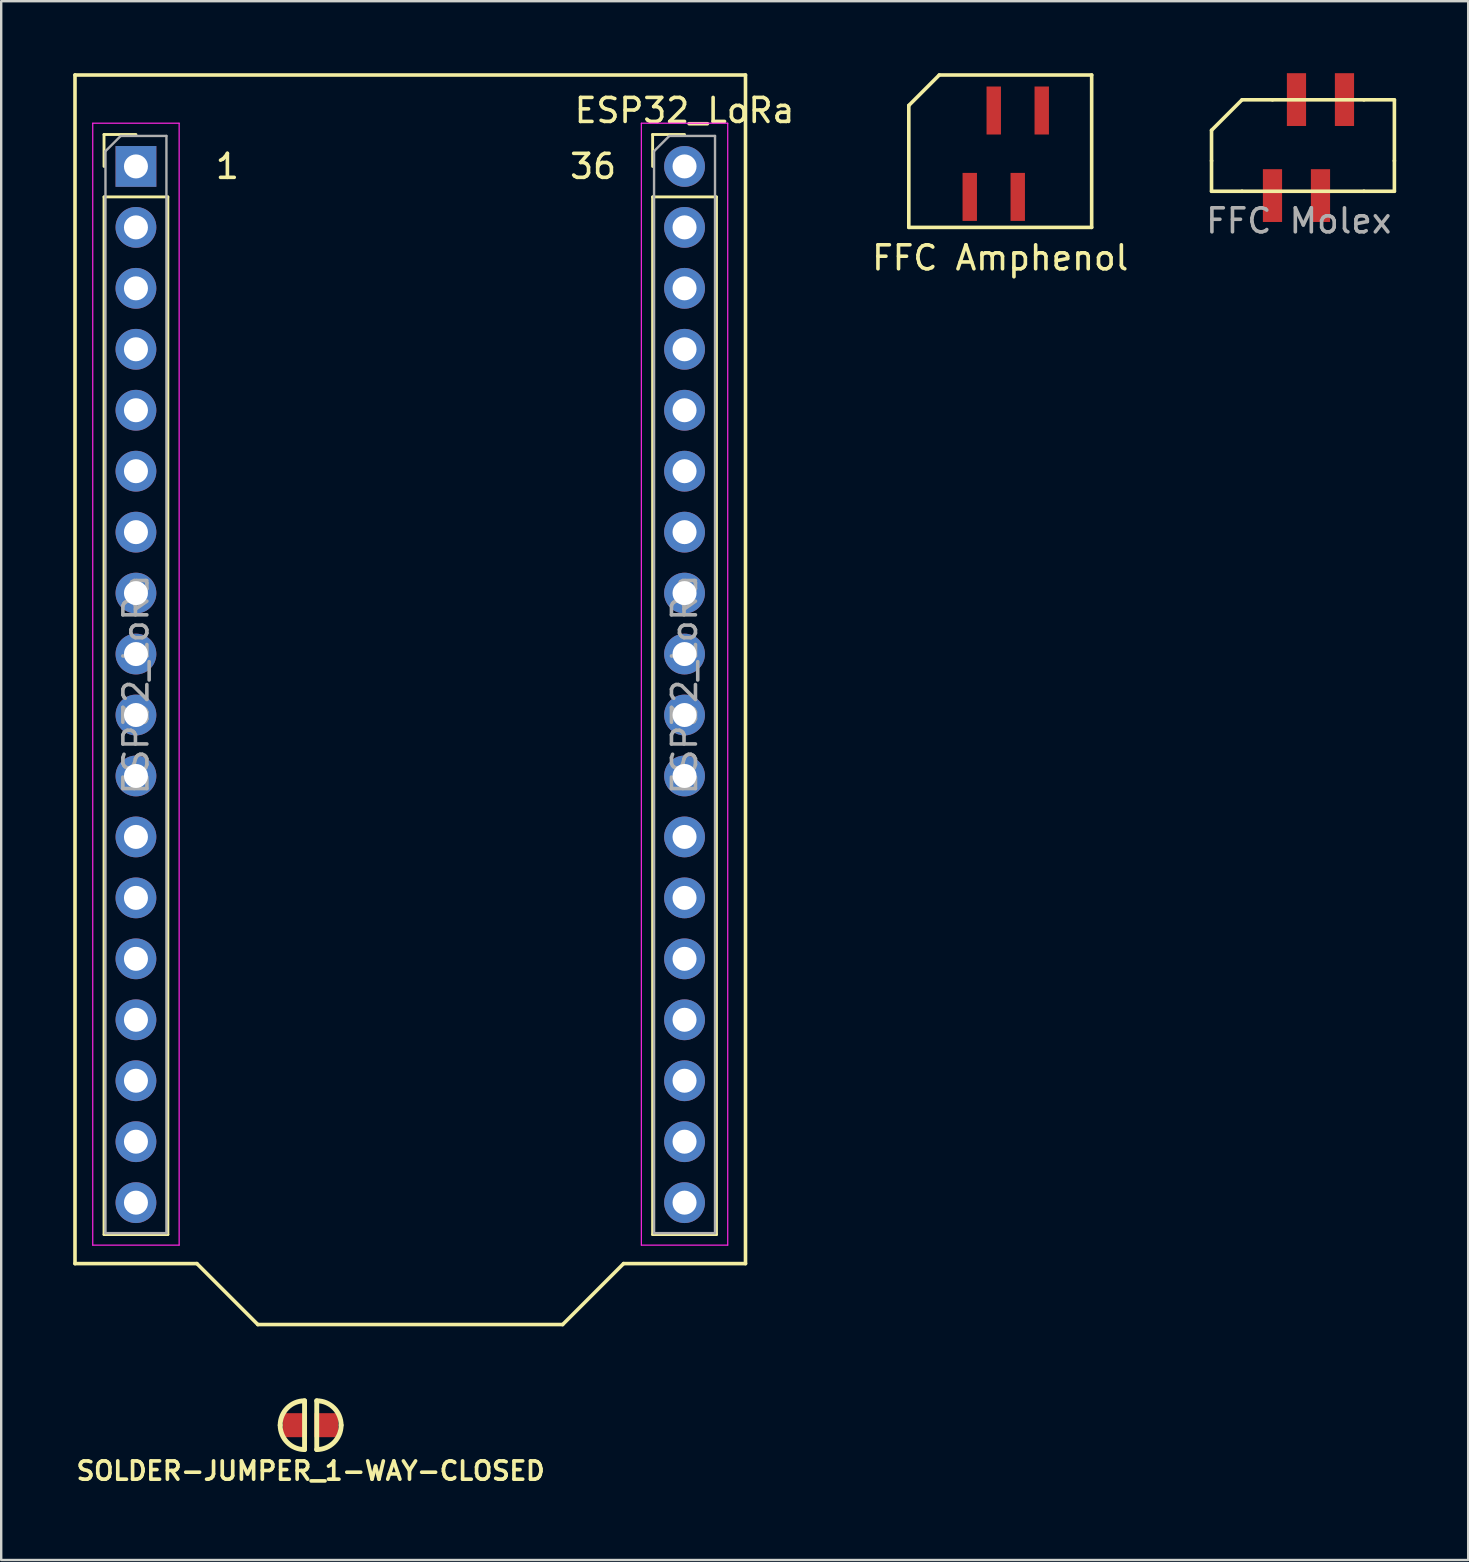
<source format=kicad_pcb>
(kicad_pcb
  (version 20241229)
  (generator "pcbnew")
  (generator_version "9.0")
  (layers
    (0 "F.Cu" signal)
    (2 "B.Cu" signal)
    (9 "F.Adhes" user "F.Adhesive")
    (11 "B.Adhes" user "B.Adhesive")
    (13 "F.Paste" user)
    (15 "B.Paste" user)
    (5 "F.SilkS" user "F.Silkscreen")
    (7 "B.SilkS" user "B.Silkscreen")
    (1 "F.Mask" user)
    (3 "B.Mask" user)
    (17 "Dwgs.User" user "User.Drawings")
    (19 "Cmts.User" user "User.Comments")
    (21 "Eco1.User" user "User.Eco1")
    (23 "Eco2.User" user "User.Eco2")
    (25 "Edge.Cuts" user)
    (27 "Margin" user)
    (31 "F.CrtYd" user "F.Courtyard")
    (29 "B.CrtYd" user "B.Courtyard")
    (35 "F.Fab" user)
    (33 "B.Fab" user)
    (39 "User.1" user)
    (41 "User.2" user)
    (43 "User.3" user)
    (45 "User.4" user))
  (footprint "SOLDER-JUMPER_1-WAY-CLOSED"
    (layer "F.Cu")
    (at 9.895 56.338)
    (property "Reference" "SOLDER-JUMPER_1-WAY-CLOSED" (at 0 1.905 0) (layer "F.SilkS") (effects (font (size 0.762 0.762) (thickness 0.152))))
    (attr through_hole)
    (fp_line (start -0.254 -1.016) (end -0.254 1.016) (stroke (width 0.203) (type solid)) (layer "F.SilkS"))
    (fp_line (start 0.254 1.016) (end 0.254 -1.016) (stroke (width 0.203) (type solid)) (layer "F.SilkS"))
    (fp_arc (start -1.27 0) (mid -0.97242 -0.71842) (end -0.254 -1.016) (stroke (width 0.2032) (type solid)) (layer "F.SilkS"))
    (fp_arc (start -0.254 1.016) (mid -0.97242 0.71842) (end -1.27 0) (stroke (width 0.2032) (type solid)) (layer "F.SilkS"))
    (fp_arc (start 0.254 -1.016) (mid 0.97242 -0.71842) (end 1.27 0) (stroke (width 0.2032) (type solid)) (layer "F.SilkS"))
    (fp_arc (start 1.27 0) (mid 0.97242 0.71842) (end 0.254 1.016) (stroke (width 0.2032) (type solid)) (layer "F.SilkS"))
    (pad "1" smd rect (at -0.65 0) (size 1 1) (layers "F.Cu" "F.Mask" "F.Paste"))
    (pad "1" smd rect (at 0.65 0) (size 1 1) (layers "F.Cu" "F.Mask" "F.Paste")))
  (footprint "FFC Molex"
    (layer "F.Cu")
    (at 51.245 2.38)
    (property "Reference" "FFC Molex" (at -0.175 3.775 0) (layer "F.Fab") (effects (font (size 1 1) (thickness 0.15))))
    (attr through_hole)
    (fp_line (start -3.81 0) (end -3.81 1.27) (stroke (width 0.15) (type solid)) (layer "F.SilkS"))
    (fp_line (start -3.81 1.27) (end -3.81 2.54) (stroke (width 0.15) (type solid)) (layer "F.SilkS"))
    (fp_line (start -2.54 -1.27) (end -3.81 0) (stroke (width 0.15) (type solid)) (layer "F.SilkS"))
    (fp_line (start -2.54 2.54) (end -3.81 2.54) (stroke (width 0.15) (type solid)) (layer "F.SilkS"))
    (fp_line (start -2.54 2.54) (end 2.54 2.54) (stroke (width 0.15) (type solid)) (layer "F.SilkS"))
    (fp_line (start -1.27 -1.27) (end -2.54 -1.27) (stroke (width 0.15) (type solid)) (layer "F.SilkS"))
    (fp_line (start 2.54 -1.27) (end -1.27 -1.27) (stroke (width 0.15) (type solid)) (layer "F.SilkS"))
    (fp_line (start 3.81 -1.27) (end 2.54 -1.27) (stroke (width 0.15) (type solid)) (layer "F.SilkS"))
    (fp_line (start 3.81 1.27) (end 3.81 -1.27) (stroke (width 0.15) (type solid)) (layer "F.SilkS"))
    (fp_line (start 3.81 1.27) (end 3.81 2.54) (stroke (width 0.15) (type solid)) (layer "F.SilkS"))
    (fp_line (start 3.81 2.54) (end 2.54 2.54) (stroke (width 0.15) (type solid)) (layer "F.SilkS"))
    (pad "1" smd rect (at -1.27 2.72) (size 0.8 2.2) (layers "F.Cu" "F.Mask" "F.Paste"))
    (pad "2" smd rect (at -0.27 -1.28) (size 0.8 2.2) (layers "F.Cu" "F.Mask" "F.Paste"))
    (pad "3" smd rect (at 0.73 2.72) (size 0.8 2.2) (layers "F.Cu" "F.Mask" "F.Paste"))
    (pad "4" smd rect (at 1.73 -1.28) (size 0.8 2.2) (layers "F.Cu" "F.Mask" "F.Paste")))
  (footprint "FFC Amphenol"
    (layer "F.Cu")
    (at 38.63 3.885)
    (property "Reference" "FFC Amphenol" (at 0 3.81 0) (layer "F.SilkS") (effects (font (size 1 1) (thickness 0.15))))
    (attr through_hole)
    (fp_line (start -3.81 -2.54) (end -2.54 -3.81) (stroke (width 0.15) (type solid)) (layer "F.SilkS"))
    (fp_line (start -3.81 2.54) (end -3.81 -2.54) (stroke (width 0.15) (type solid)) (layer "F.SilkS"))
    (fp_line (start -2.54 -3.81) (end 3.81 -3.81) (stroke (width 0.15) (type solid)) (layer "F.SilkS"))
    (fp_line (start 3.81 -3.81) (end 3.81 2.54) (stroke (width 0.15) (type solid)) (layer "F.SilkS"))
    (fp_line (start 3.81 2.54) (end -3.81 2.54) (stroke (width 0.15) (type solid)) (layer "F.SilkS"))
    (pad "1" smd rect (at -1.27 1.27) (size 0.6 2) (layers "F.Cu" "F.Mask" "F.Paste"))
    (pad "2" smd rect (at -0.27 -2.33) (size 0.6 2) (layers "F.Cu" "F.Mask" "F.Paste"))
    (pad "3" smd rect (at 0.73 1.27) (size 0.6 2) (layers "F.Cu" "F.Mask" "F.Paste"))
    (pad "4" smd rect (at 1.73 -2.33) (size 0.6 2) (layers "F.Cu" "F.Mask" "F.Paste")))
  (footprint "ESP32_LoRa"
    (layer "F.Cu")
    (at 12.775 22.935)
    (property "Reference" "ESP32_LoRa" (at 12.7 -21.38 0) (layer "F.SilkS") (effects (font (size 1 1) (thickness 0.15))))
    (attr through_hole)
    (fp_line (start -12.7 -22.86) (end 15.24 -22.86) (stroke (width 0.15) (type solid)) (layer "F.SilkS"))
    (fp_line (start -12.7 26.67) (end -12.7 -22.86) (stroke (width 0.15) (type solid)) (layer "F.SilkS"))
    (fp_line (start -11.49 -20.38) (end -10.16 -20.38) (stroke (width 0.12) (type solid)) (layer "F.SilkS"))
    (fp_line (start -11.49 -19.05) (end -11.49 -20.38) (stroke (width 0.12) (type solid)) (layer "F.SilkS"))
    (fp_line (start -11.49 -17.78) (end -11.49 25.46) (stroke (width 0.12) (type solid)) (layer "F.SilkS"))
    (fp_line (start -11.49 -17.78) (end -8.83 -17.78) (stroke (width 0.12) (type solid)) (layer "F.SilkS"))
    (fp_line (start -11.49 25.46) (end -8.83 25.46) (stroke (width 0.12) (type solid)) (layer "F.SilkS"))
    (fp_line (start -8.83 -17.78) (end -8.83 25.46) (stroke (width 0.12) (type solid)) (layer "F.SilkS"))
    (fp_line (start -7.62 26.67) (end -12.7 26.67) (stroke (width 0.15) (type solid)) (layer "F.SilkS"))
    (fp_line (start -5.08 29.21) (end -7.62 26.67) (stroke (width 0.15) (type solid)) (layer "F.SilkS"))
    (fp_line (start 7.62 29.21) (end -5.08 29.21) (stroke (width 0.15) (type solid)) (layer "F.SilkS"))
    (fp_line (start 10.16 26.67) (end 7.62 29.21) (stroke (width 0.15) (type solid)) (layer "F.SilkS"))
    (fp_line (start 11.37 -20.38) (end 12.7 -20.38) (stroke (width 0.12) (type solid)) (layer "F.SilkS"))
    (fp_line (start 11.37 -19.05) (end 11.37 -20.38) (stroke (width 0.12) (type solid)) (layer "F.SilkS"))
    (fp_line (start 11.37 -17.78) (end 11.37 25.46) (stroke (width 0.12) (type solid)) (layer "F.SilkS"))
    (fp_line (start 11.37 -17.78) (end 14.03 -17.78) (stroke (width 0.12) (type solid)) (layer "F.SilkS"))
    (fp_line (start 11.37 25.46) (end 14.03 25.46) (stroke (width 0.12) (type solid)) (layer "F.SilkS"))
    (fp_line (start 14.03 -17.78) (end 14.03 25.46) (stroke (width 0.12) (type solid)) (layer "F.SilkS"))
    (fp_line (start 15.24 -22.86) (end 15.24 26.67) (stroke (width 0.15) (type solid)) (layer "F.SilkS"))
    (fp_line (start 15.24 26.67) (end 10.16 26.67) (stroke (width 0.15) (type solid)) (layer "F.SilkS"))
    (fp_line (start -11.96 -20.85) (end -11.96 25.9) (stroke (width 0.05) (type solid)) (layer "F.CrtYd"))
    (fp_line (start -11.96 25.9) (end -8.36 25.9) (stroke (width 0.05) (type solid)) (layer "F.CrtYd"))
    (fp_line (start -8.36 -20.85) (end -11.96 -20.85) (stroke (width 0.05) (type solid)) (layer "F.CrtYd"))
    (fp_line (start -8.36 25.9) (end -8.36 -20.85) (stroke (width 0.05) (type solid)) (layer "F.CrtYd"))
    (fp_line (start 10.9 -20.85) (end 10.9 25.9) (stroke (width 0.05) (type solid)) (layer "F.CrtYd"))
    (fp_line (start 10.9 25.9) (end 14.5 25.9) (stroke (width 0.05) (type solid)) (layer "F.CrtYd"))
    (fp_line (start 14.5 -20.85) (end 10.9 -20.85) (stroke (width 0.05) (type solid)) (layer "F.CrtYd"))
    (fp_line (start 14.5 25.9) (end 14.5 -20.85) (stroke (width 0.05) (type solid)) (layer "F.CrtYd"))
    (fp_line (start -11.43 -19.685) (end -10.795 -20.32) (stroke (width 0.1) (type solid)) (layer "F.Fab"))
    (fp_line (start -11.43 25.4) (end -11.43 -19.685) (stroke (width 0.1) (type solid)) (layer "F.Fab"))
    (fp_line (start -10.795 -20.32) (end -8.89 -20.32) (stroke (width 0.1) (type solid)) (layer "F.Fab"))
    (fp_line (start -8.89 -20.32) (end -8.89 25.4) (stroke (width 0.1) (type solid)) (layer "F.Fab"))
    (fp_line (start -8.89 25.4) (end -11.43 25.4) (stroke (width 0.1) (type solid)) (layer "F.Fab"))
    (fp_line (start 11.43 -19.685) (end 12.065 -20.32) (stroke (width 0.1) (type solid)) (layer "F.Fab"))
    (fp_line (start 11.43 25.4) (end 11.43 -19.685) (stroke (width 0.1) (type solid)) (layer "F.Fab"))
    (fp_line (start 12.065 -20.32) (end 13.97 -20.32) (stroke (width 0.1) (type solid)) (layer "F.Fab"))
    (fp_line (start 13.97 -20.32) (end 13.97 25.4) (stroke (width 0.1) (type solid)) (layer "F.Fab"))
    (fp_line (start 13.97 25.4) (end 11.43 25.4) (stroke (width 0.1) (type solid)) (layer "F.Fab"))
    (fp_text user "1" (at -6.35 -19.05 0) (layer "F.SilkS") (effects (font (size 1 1) (thickness 0.15))))
    (fp_text user "36" (at 8.89 -19.05 0) (layer "F.SilkS") (effects (font (size 1 1) (thickness 0.15))))
    (fp_text user "${REFERENCE}" (at 12.7 2.54 90) (layer "F.Fab") (effects (font (size 1 1) (thickness 0.15))))
    (fp_text user "${REFERENCE}" (at -10.16 2.54 90) (layer "F.Fab") (effects (font (size 1 1) (thickness 0.15))))
    (pad "1" thru_hole rect (at -10.16 -19.05) (size 1.7 1.7) (drill 1) (layers "*.Cu" "*.Mask"))
    (pad "2" thru_hole oval (at -10.16 -16.51) (size 1.7 1.7) (drill 1) (layers "*.Cu" "*.Mask"))
    (pad "3" thru_hole oval (at -10.16 -13.97) (size 1.7 1.7) (drill 1) (layers "*.Cu" "*.Mask"))
    (pad "4" thru_hole oval (at -10.16 -11.43) (size 1.7 1.7) (drill 1) (layers "*.Cu" "*.Mask"))
    (pad "5" thru_hole oval (at -10.16 -8.89) (size 1.7 1.7) (drill 1) (layers "*.Cu" "*.Mask"))
    (pad "6" thru_hole oval (at -10.16 -6.35) (size 1.7 1.7) (drill 1) (layers "*.Cu" "*.Mask"))
    (pad "7" thru_hole oval (at -10.16 -3.81) (size 1.7 1.7) (drill 1) (layers "*.Cu" "*.Mask"))
    (pad "8" thru_hole oval (at -10.16 -1.27) (size 1.7 1.7) (drill 1) (layers "*.Cu" "*.Mask"))
    (pad "9" thru_hole oval (at -10.16 1.27) (size 1.7 1.7) (drill 1) (layers "*.Cu" "*.Mask"))
    (pad "10" thru_hole oval (at -10.16 3.81) (size 1.7 1.7) (drill 1) (layers "*.Cu" "*.Mask"))
    (pad "11" thru_hole oval (at -10.16 6.35) (size 1.7 1.7) (drill 1) (layers "*.Cu" "*.Mask"))
    (pad "12" thru_hole oval (at -10.16 8.89) (size 1.7 1.7) (drill 1) (layers "*.Cu" "*.Mask"))
    (pad "13" thru_hole oval (at -10.16 11.43) (size 1.7 1.7) (drill 1) (layers "*.Cu" "*.Mask"))
    (pad "14" thru_hole oval (at -10.16 13.97) (size 1.7 1.7) (drill 1) (layers "*.Cu" "*.Mask"))
    (pad "15" thru_hole oval (at -10.16 16.51) (size 1.7 1.7) (drill 1) (layers "*.Cu" "*.Mask"))
    (pad "16" thru_hole oval (at -10.16 19.05) (size 1.7 1.7) (drill 1) (layers "*.Cu" "*.Mask"))
    (pad "17" thru_hole oval (at -10.16 21.59) (size 1.7 1.7) (drill 1) (layers "*.Cu" "*.Mask"))
    (pad "18" thru_hole oval (at -10.16 24.13) (size 1.7 1.7) (drill 1) (layers "*.Cu" "*.Mask"))
    (pad "19" thru_hole oval (at 12.7 24.13) (size 1.7 1.7) (drill 1) (layers "*.Cu" "*.Mask"))
    (pad "20" thru_hole oval (at 12.7 21.59) (size 1.7 1.7) (drill 1) (layers "*.Cu" "*.Mask"))
    (pad "21" thru_hole oval (at 12.7 19.05) (size 1.7 1.7) (drill 1) (layers "*.Cu" "*.Mask"))
    (pad "22" thru_hole oval (at 12.7 16.51) (size 1.7 1.7) (drill 1) (layers "*.Cu" "*.Mask"))
    (pad "23" thru_hole oval (at 12.7 13.97) (size 1.7 1.7) (drill 1) (layers "*.Cu" "*.Mask"))
    (pad "24" thru_hole oval (at 12.7 11.43) (size 1.7 1.7) (drill 1) (layers "*.Cu" "*.Mask"))
    (pad "25" thru_hole oval (at 12.7 8.89) (size 1.7 1.7) (drill 1) (layers "*.Cu" "*.Mask"))
    (pad "26" thru_hole oval (at 12.7 6.35) (size 1.7 1.7) (drill 1) (layers "*.Cu" "*.Mask"))
    (pad "27" thru_hole oval (at 12.7 3.81) (size 1.7 1.7) (drill 1) (layers "*.Cu" "*.Mask"))
    (pad "28" thru_hole oval (at 12.7 1.27) (size 1.7 1.7) (drill 1) (layers "*.Cu" "*.Mask"))
    (pad "29" thru_hole oval (at 12.7 -1.27) (size 1.7 1.7) (drill 1) (layers "*.Cu" "*.Mask"))
    (pad "30" thru_hole oval (at 12.7 -3.81) (size 1.7 1.7) (drill 1) (layers "*.Cu" "*.Mask"))
    (pad "31" thru_hole oval (at 12.7 -6.35) (size 1.7 1.7) (drill 1) (layers "*.Cu" "*.Mask"))
    (pad "32" thru_hole oval (at 12.7 -8.89) (size 1.7 1.7) (drill 1) (layers "*.Cu" "*.Mask"))
    (pad "33" thru_hole oval (at 12.7 -11.43) (size 1.7 1.7) (drill 1) (layers "*.Cu" "*.Mask"))
    (pad "34" thru_hole oval (at 12.7 -13.97) (size 1.7 1.7) (drill 1) (layers "*.Cu" "*.Mask"))
    (pad "35" thru_hole oval (at 12.7 -16.51) (size 1.7 1.7) (drill 1) (layers "*.Cu" "*.Mask"))
    (pad "36" thru_hole circle (at 12.7 -19.05) (size 1.7 1.7) (drill 1) (layers "*.Cu" "*.Mask")))
  (gr_rect
    (start -3 -3)
    (end 58.13 61.956)
    (stroke (width 0.1) (type default))
    (fill no)
    (layer "Edge.Cuts")))
</source>
